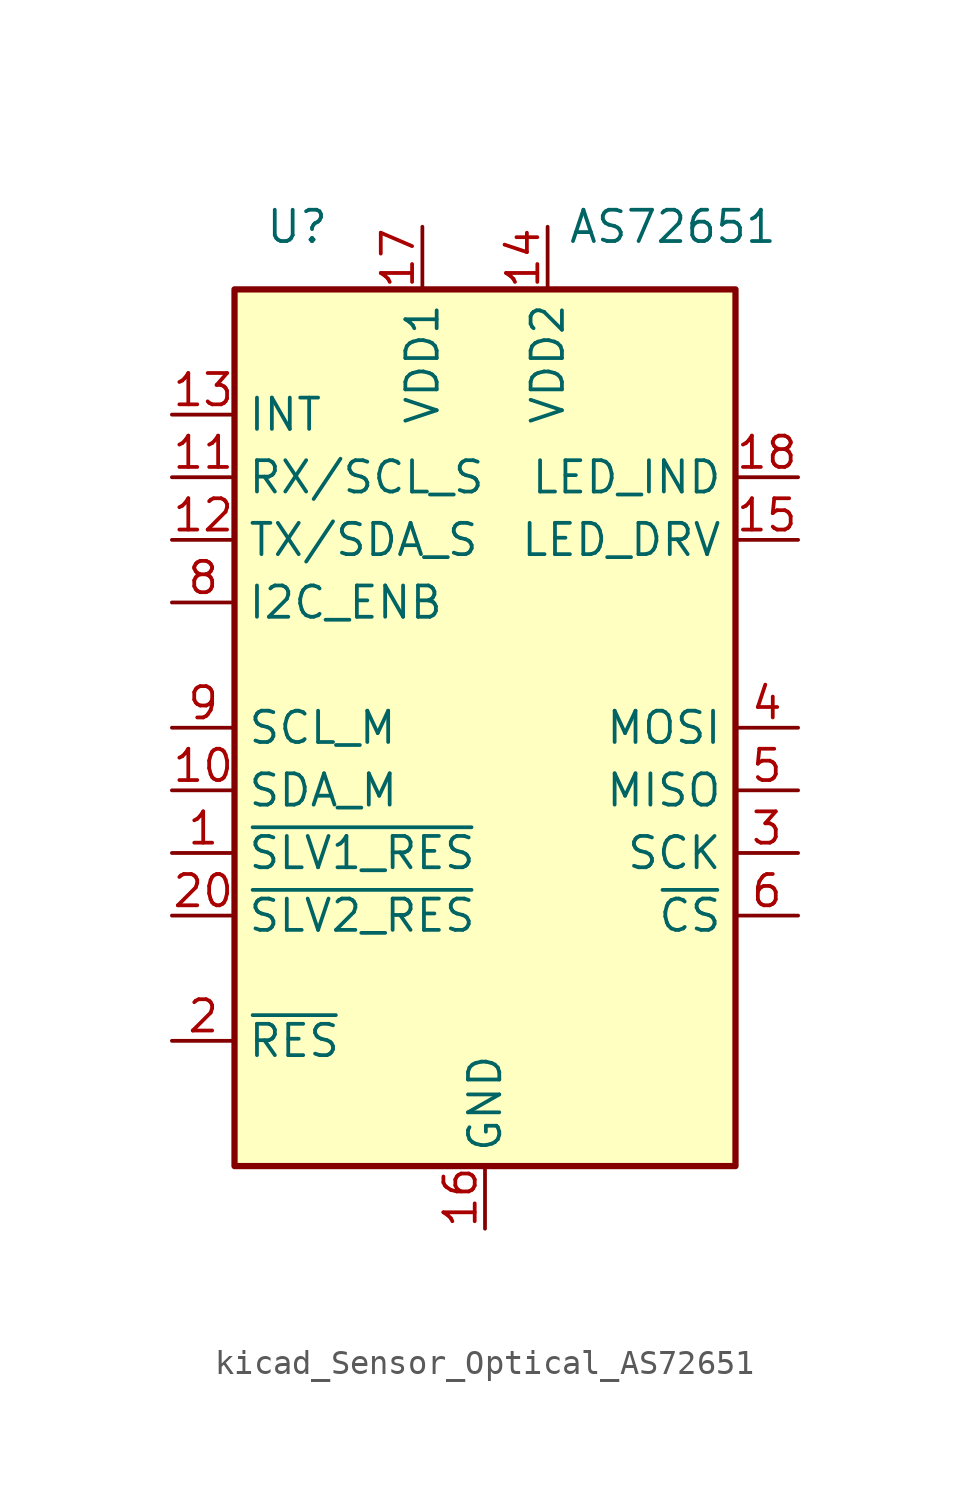
<source format=kicad_sym>
(kicad_symbol_lib
  (version 20220914)
  (generator kicad_symbol_editor)
  (symbol "kicad_Sensor_Optical_AS72651"
    (property "Reference" "U"
      (at -7.62 20.32 0)
      (effects (font (size 1.27 1.27))))
    (property "Value" "AS72651"
      (at 7.62 20.32 0)
      (effects (font (size 1.27 1.27))))
    (symbol "kicad_Sensor_Optical_AS72651_0_1"
      (rectangle (start 10.16 -17.78) (end -10.16 17.78) (stroke (width 0.254) (type default)) (fill (type background))))
    (symbol "kicad_Sensor_Optical_AS72651_1_1"
      (pin output line (at -12.7 -5.08 0) (length 2.54) (name "~{SLV1_RES}" (effects (font (size 1.27 1.27)))) (number "1" (effects (font (size 1.27 1.27)))))
      (pin bidirectional line (at -12.7 -2.54 0) (length 2.54) (name "SDA_M" (effects (font (size 1.27 1.27)))) (number "10" (effects (font (size 1.27 1.27)))))
      (pin input line (at -12.7 10.16 0) (length 2.54) (name "RX/SCL_S" (effects (font (size 1.27 1.27)))) (number "11" (effects (font (size 1.27 1.27)))))
      (pin bidirectional line (at -12.7 7.62 0) (length 2.54) (name "TX/SDA_S" (effects (font (size 1.27 1.27)))) (number "12" (effects (font (size 1.27 1.27)))))
      (pin output line (at -12.7 12.7 0) (length 2.54) (name "INT" (effects (font (size 1.27 1.27)))) (number "13" (effects (font (size 1.27 1.27)))))
      (pin power_in line (at 2.54 20.32 270) (length 2.54) (name "VDD2" (effects (font (size 1.27 1.27)))) (number "14" (effects (font (size 1.27 1.27)))))
      (pin output line (at 12.7 7.62 180) (length 2.54) (name "LED_DRV" (effects (font (size 1.27 1.27)))) (number "15" (effects (font (size 1.27 1.27)))))
      (pin power_in line (at 0 -20.32 90) (length 2.54) (name "GND" (effects (font (size 1.27 1.27)))) (number "16" (effects (font (size 1.27 1.27)))))
      (pin power_in line (at -2.54 20.32 270) (length 2.54) (name "VDD1" (effects (font (size 1.27 1.27)))) (number "17" (effects (font (size 1.27 1.27)))))
      (pin output line (at 12.7 10.16 180) (length 2.54) (name "LED_IND" (effects (font (size 1.27 1.27)))) (number "18" (effects (font (size 1.27 1.27)))))
      (pin no_connect line (at 10.16 -12.7 180) (length 2.54) hide (name "NC" (effects (font (size 1.27 1.27)))) (number "19" (effects (font (size 1.27 1.27)))))
      (pin input line (at -12.7 -12.7 0) (length 2.54) (name "~{RES}" (effects (font (size 1.27 1.27)))) (number "2" (effects (font (size 1.27 1.27)))))
      (pin output line (at -12.7 -7.62 0) (length 2.54) (name "~{SLV2_RES}" (effects (font (size 1.27 1.27)))) (number "20" (effects (font (size 1.27 1.27)))))
      (pin output line (at 12.7 -5.08 180) (length 2.54) (name "SCK" (effects (font (size 1.27 1.27)))) (number "3" (effects (font (size 1.27 1.27)))))
      (pin output line (at 12.7 0 180) (length 2.54) (name "MOSI" (effects (font (size 1.27 1.27)))) (number "4" (effects (font (size 1.27 1.27)))))
      (pin input line (at 12.7 -2.54 180) (length 2.54) (name "MISO" (effects (font (size 1.27 1.27)))) (number "5" (effects (font (size 1.27 1.27)))))
      (pin output line (at 12.7 -7.62 180) (length 2.54) (name "~{CS}" (effects (font (size 1.27 1.27)))) (number "6" (effects (font (size 1.27 1.27)))))
      (pin no_connect line (at 10.16 -10.16 180) (length 2.54) hide (name "NC" (effects (font (size 1.27 1.27)))) (number "7" (effects (font (size 1.27 1.27)))))
      (pin input line (at -12.7 5.08 0) (length 2.54) (name "I2C_ENB" (effects (font (size 1.27 1.27)))) (number "8" (effects (font (size 1.27 1.27)))))
      (pin output line (at -12.7 0 0) (length 2.54) (name "SCL_M" (effects (font (size 1.27 1.27)))) (number "9" (effects (font (size 1.27 1.27))))))))
</source>
